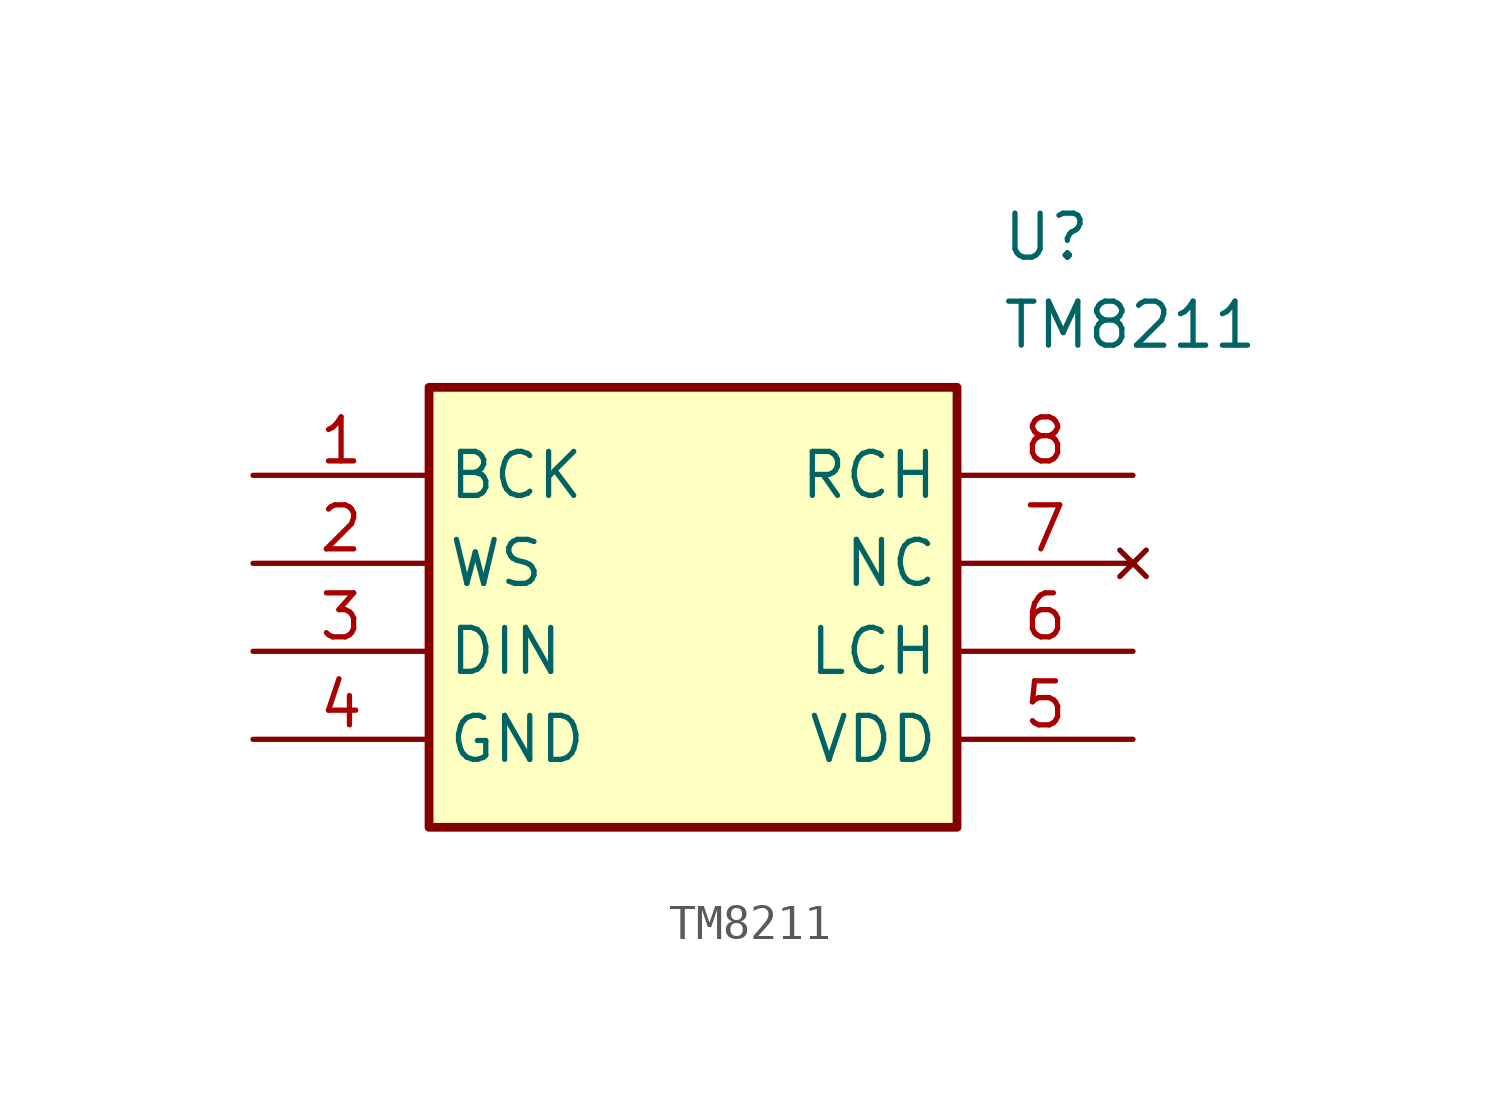
<source format=kicad_sym>
(kicad_symbol_lib
  (version 20241209)
  (generator "kicad_symbol_editor")
  (generator_version "9.0")
  (symbol "TM8211"
    (property "Reference" "U"
      (at 21.59 7.62 0)
      (effects (font (size 1.27 1.27)) (justify left top)))
    (property "Value" "TM8211"
      (at 21.59 5.08 0)
      (effects (font (size 1.27 1.27)) (justify left top)))
    (symbol "TM8211_1_1"
      (rectangle (start 5.08 2.54) (end 20.32 -10.16) (stroke (width 0.254) (type default)) (fill (type background)))
      (pin passive line (at 0 0 0) (length 5.08) (name "BCK" (effects (font (size 1.27 1.27)))) (number "1" (effects (font (size 1.27 1.27)))))
      (pin passive line (at 0 -2.54 0) (length 5.08) (name "WS" (effects (font (size 1.27 1.27)))) (number "2" (effects (font (size 1.27 1.27)))))
      (pin passive line (at 0 -5.08 0) (length 5.08) (name "DIN" (effects (font (size 1.27 1.27)))) (number "3" (effects (font (size 1.27 1.27)))))
      (pin passive line (at 0 -7.62 0) (length 5.08) (name "GND" (effects (font (size 1.27 1.27)))) (number "4" (effects (font (size 1.27 1.27)))))
      (pin passive line (at 25.4 0 180) (length 5.08) (name "RCH" (effects (font (size 1.27 1.27)))) (number "8" (effects (font (size 1.27 1.27)))))
      (pin no_connect line (at 25.4 -2.54 180) (length 5.08) (name "NC" (effects (font (size 1.27 1.27)))) (number "7" (effects (font (size 1.27 1.27)))))
      (pin passive line (at 25.4 -5.08 180) (length 5.08) (name "LCH" (effects (font (size 1.27 1.27)))) (number "6" (effects (font (size 1.27 1.27)))))
      (pin passive line (at 25.4 -7.62 180) (length 5.08) (name "VDD" (effects (font (size 1.27 1.27)))) (number "5" (effects (font (size 1.27 1.27))))))))
</source>
